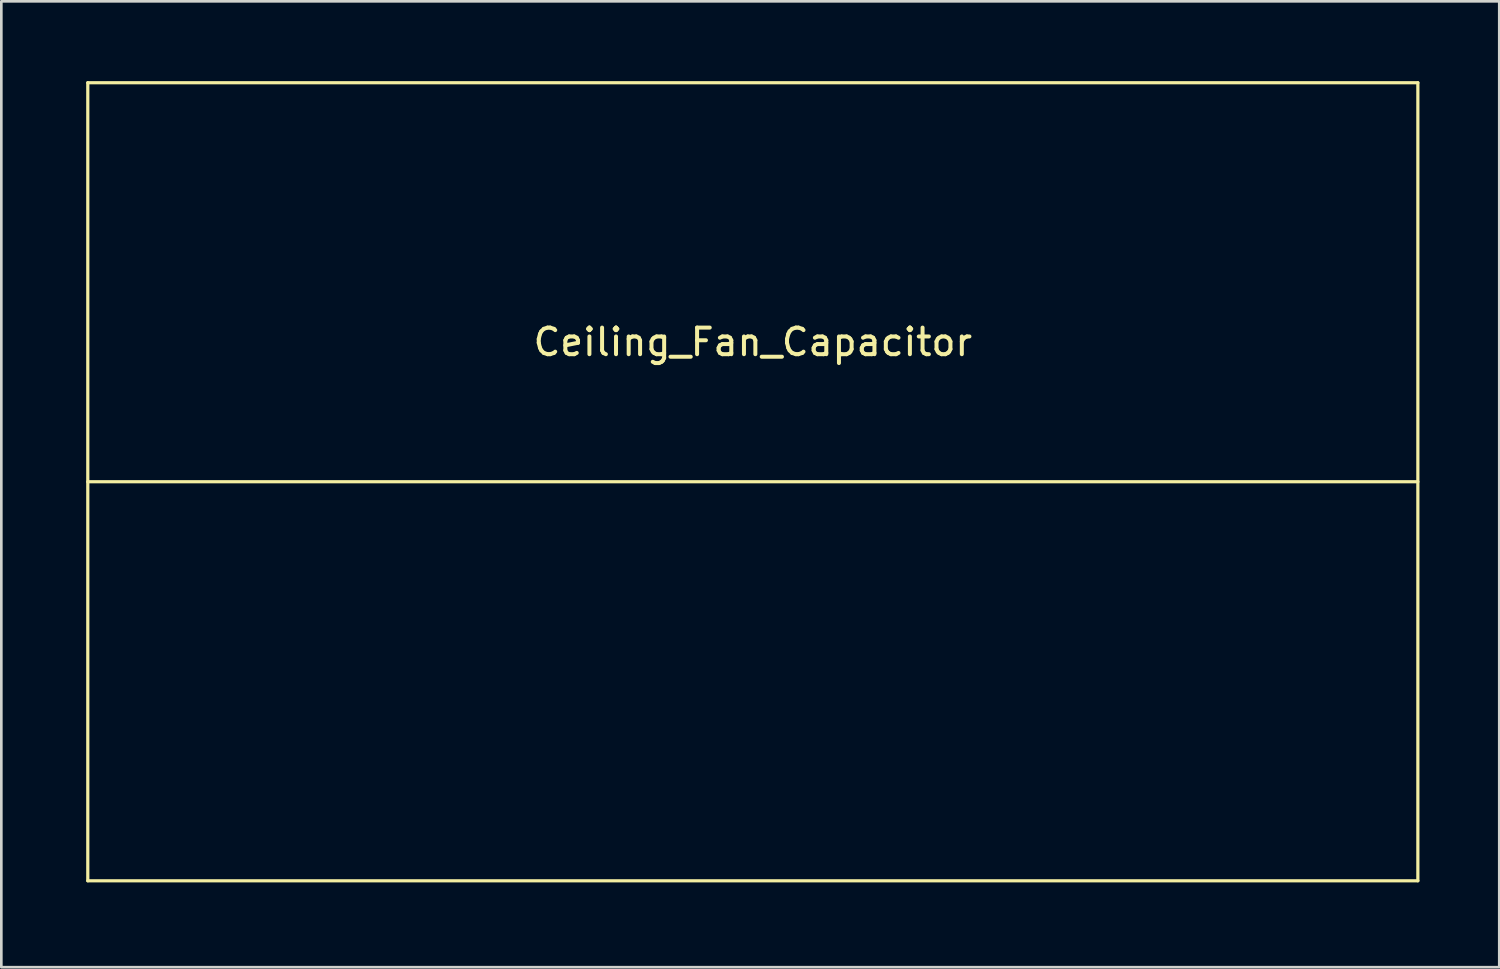
<source format=kicad_pcb>
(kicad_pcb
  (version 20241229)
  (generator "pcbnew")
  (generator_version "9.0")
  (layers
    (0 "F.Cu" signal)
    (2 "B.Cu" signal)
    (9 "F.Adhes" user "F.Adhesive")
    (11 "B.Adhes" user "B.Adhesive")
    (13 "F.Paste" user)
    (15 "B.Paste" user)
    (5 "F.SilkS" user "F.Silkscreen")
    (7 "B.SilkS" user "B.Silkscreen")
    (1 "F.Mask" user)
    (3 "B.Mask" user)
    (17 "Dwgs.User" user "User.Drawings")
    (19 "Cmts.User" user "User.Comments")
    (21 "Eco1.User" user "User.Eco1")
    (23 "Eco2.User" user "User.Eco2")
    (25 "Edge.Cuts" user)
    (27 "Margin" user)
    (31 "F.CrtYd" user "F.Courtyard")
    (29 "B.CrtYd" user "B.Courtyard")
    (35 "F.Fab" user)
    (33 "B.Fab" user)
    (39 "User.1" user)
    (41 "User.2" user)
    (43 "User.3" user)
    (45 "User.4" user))
  (footprint "Ceiling_Fan_Capacitor"
    (layer "F.Cu")
    (at 0.25 30.06)
    (property "Reference" "Ceiling_Fan_Capacitor" (at 25 -20.25 0) (layer "F.SilkS") (effects (font (size 1 1) (thickness 0.15))))
    (attr through_hole)
    (fp_line (start 0 -30) (end 50 -30) (stroke (width 0.12) (type solid)) (layer "F.SilkS"))
    (fp_line (start 0 -15) (end 50 -15) (stroke (width 0.12) (type solid)) (layer "F.SilkS"))
    (fp_line (start 0 0) (end 0 -30) (stroke (width 0.12) (type solid)) (layer "F.SilkS"))
    (fp_line (start 50 -30) (end 50 0) (stroke (width 0.12) (type solid)) (layer "F.SilkS"))
    (fp_line (start 50 0) (end 0 0) (stroke (width 0.12) (type solid)) (layer "F.SilkS")))
  (gr_rect
    (start -3 -3)
    (end 53.31 33.31)
    (stroke (width 0.1) (type default))
    (fill no)
    (layer "Edge.Cuts")))
</source>
